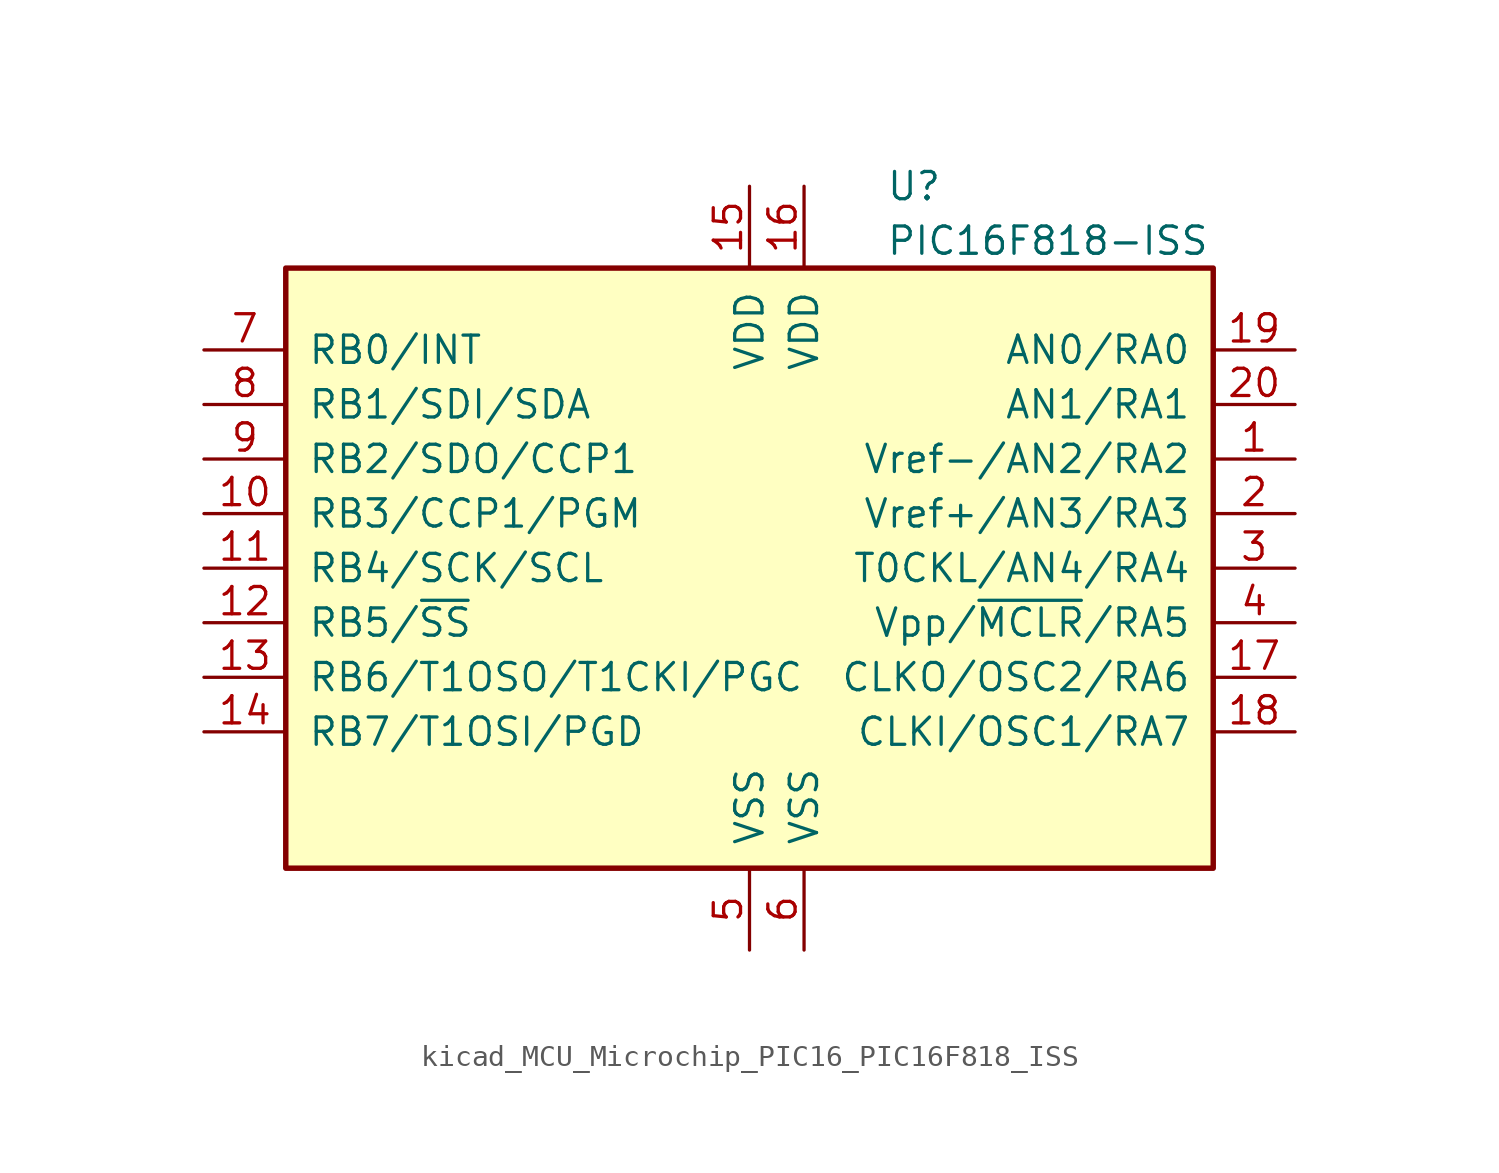
<source format=kicad_sym>
(kicad_symbol_lib
  (version 20220914)
  (generator kicad_symbol_editor)
  (symbol "kicad_MCU_Microchip_PIC16_PIC16F818_ISS"
    (pin_names
      (offset 1.016))
    (property "Reference" "U"
      (at 6.35 17.78 0)
      (effects (font (size 1.27 1.27)) (justify left)))
    (property "Value" "PIC16F818-ISS"
      (at 6.35 15.24 0)
      (effects (font (size 1.27 1.27)) (justify left)))
    (symbol "kicad_MCU_Microchip_PIC16_PIC16F818_ISS_0_1"
      (rectangle (start -21.59 13.97) (end 21.59 -13.97) (stroke (width 0.254) (type default)) (fill (type background))))
    (symbol "kicad_MCU_Microchip_PIC16_PIC16F818_ISS_1_1"
      (pin bidirectional line (at 25.4 5.08 180) (length 3.81) (name "Vref-/AN2/RA2" (effects (font (size 1.27 1.27)))) (number "1" (effects (font (size 1.27 1.27)))))
      (pin bidirectional line (at -25.4 2.54 0) (length 3.81) (name "RB3/CCP1/PGM" (effects (font (size 1.27 1.27)))) (number "10" (effects (font (size 1.27 1.27)))))
      (pin bidirectional line (at -25.4 0 0) (length 3.81) (name "RB4/SCK/SCL" (effects (font (size 1.27 1.27)))) (number "11" (effects (font (size 1.27 1.27)))))
      (pin bidirectional line (at -25.4 -2.54 0) (length 3.81) (name "RB5/~{SS}" (effects (font (size 1.27 1.27)))) (number "12" (effects (font (size 1.27 1.27)))))
      (pin bidirectional line (at -25.4 -5.08 0) (length 3.81) (name "RB6/T1OSO/T1CKI/PGC" (effects (font (size 1.27 1.27)))) (number "13" (effects (font (size 1.27 1.27)))))
      (pin bidirectional line (at -25.4 -7.62 0) (length 3.81) (name "RB7/T1OSI/PGD" (effects (font (size 1.27 1.27)))) (number "14" (effects (font (size 1.27 1.27)))))
      (pin power_in line (at 0 17.78 270) (length 3.81) (name "VDD" (effects (font (size 1.27 1.27)))) (number "15" (effects (font (size 1.27 1.27)))))
      (pin power_in line (at 2.54 17.78 270) (length 3.81) (name "VDD" (effects (font (size 1.27 1.27)))) (number "16" (effects (font (size 1.27 1.27)))))
      (pin bidirectional line (at 25.4 -5.08 180) (length 3.81) (name "CLKO/OSC2/RA6" (effects (font (size 1.27 1.27)))) (number "17" (effects (font (size 1.27 1.27)))))
      (pin bidirectional line (at 25.4 -7.62 180) (length 3.81) (name "CLKI/OSC1/RA7" (effects (font (size 1.27 1.27)))) (number "18" (effects (font (size 1.27 1.27)))))
      (pin bidirectional line (at 25.4 10.16 180) (length 3.81) (name "AN0/RA0" (effects (font (size 1.27 1.27)))) (number "19" (effects (font (size 1.27 1.27)))))
      (pin bidirectional line (at 25.4 2.54 180) (length 3.81) (name "Vref+/AN3/RA3" (effects (font (size 1.27 1.27)))) (number "2" (effects (font (size 1.27 1.27)))))
      (pin bidirectional line (at 25.4 7.62 180) (length 3.81) (name "AN1/RA1" (effects (font (size 1.27 1.27)))) (number "20" (effects (font (size 1.27 1.27)))))
      (pin bidirectional line (at 25.4 0 180) (length 3.81) (name "T0CKL/AN4/RA4" (effects (font (size 1.27 1.27)))) (number "3" (effects (font (size 1.27 1.27)))))
      (pin input line (at 25.4 -2.54 180) (length 3.81) (name "Vpp/~{MCLR}/RA5" (effects (font (size 1.27 1.27)))) (number "4" (effects (font (size 1.27 1.27)))))
      (pin power_in line (at 0 -17.78 90) (length 3.81) (name "VSS" (effects (font (size 1.27 1.27)))) (number "5" (effects (font (size 1.27 1.27)))))
      (pin power_in line (at 2.54 -17.78 90) (length 3.81) (name "VSS" (effects (font (size 1.27 1.27)))) (number "6" (effects (font (size 1.27 1.27)))))
      (pin bidirectional line (at -25.4 10.16 0) (length 3.81) (name "RB0/INT" (effects (font (size 1.27 1.27)))) (number "7" (effects (font (size 1.27 1.27)))))
      (pin bidirectional line (at -25.4 7.62 0) (length 3.81) (name "RB1/SDI/SDA" (effects (font (size 1.27 1.27)))) (number "8" (effects (font (size 1.27 1.27)))))
      (pin bidirectional line (at -25.4 5.08 0) (length 3.81) (name "RB2/SDO/CCP1" (effects (font (size 1.27 1.27)))) (number "9" (effects (font (size 1.27 1.27))))))))
</source>
